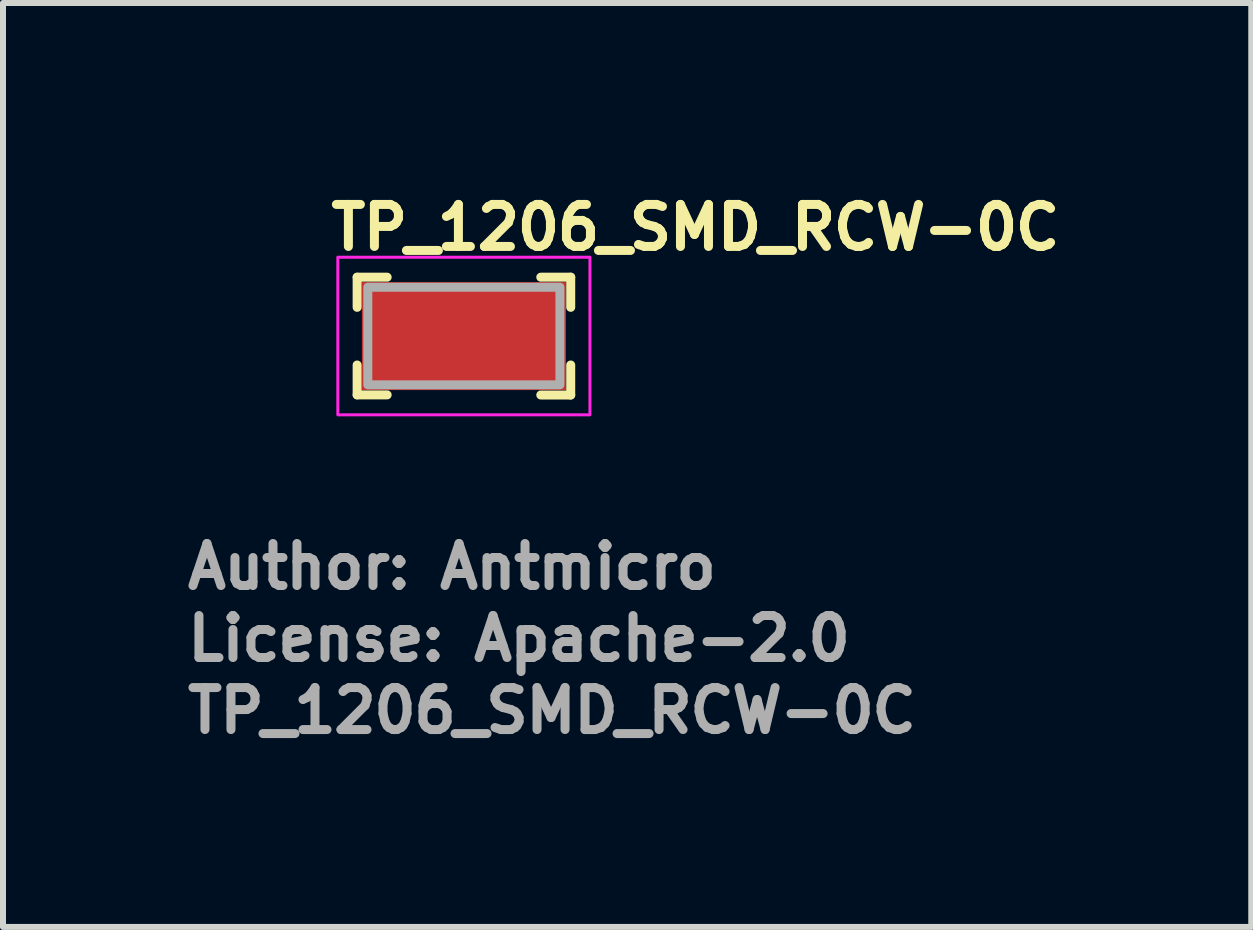
<source format=kicad_pcb>
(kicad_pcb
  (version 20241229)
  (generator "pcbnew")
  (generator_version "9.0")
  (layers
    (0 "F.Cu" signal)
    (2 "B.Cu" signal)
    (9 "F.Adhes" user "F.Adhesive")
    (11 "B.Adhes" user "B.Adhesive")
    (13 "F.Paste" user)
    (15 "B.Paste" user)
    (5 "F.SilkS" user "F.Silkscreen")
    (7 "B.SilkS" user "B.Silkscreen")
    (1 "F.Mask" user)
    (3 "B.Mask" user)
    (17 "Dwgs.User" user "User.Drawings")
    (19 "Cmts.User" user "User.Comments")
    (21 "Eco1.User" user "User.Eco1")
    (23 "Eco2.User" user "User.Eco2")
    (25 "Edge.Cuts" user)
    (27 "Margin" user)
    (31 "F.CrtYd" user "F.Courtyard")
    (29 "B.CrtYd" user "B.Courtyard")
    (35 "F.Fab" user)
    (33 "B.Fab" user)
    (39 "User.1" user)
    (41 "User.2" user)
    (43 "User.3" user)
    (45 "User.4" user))
  (footprint "TP_1206_SMD_RCW-0C"
    (layer "F.Cu")
    (at 4.68 2.55)
    (property "Reference" "TP_1206_SMD_RCW-0C" (at -2.29 -1.4 0) (layer "F.SilkS") (effects (font (size 0.7 0.7) (thickness 0.15)) (justify left bottom)))
    (attr smd)
    (fp_line (start -1.779 -0.981) (end -1.779 -0.479) (stroke (width 0.15) (type solid)) (layer "F.SilkS"))
    (fp_line (start -1.779 -0.981) (end -1.279 -0.981) (stroke (width 0.15) (type solid)) (layer "F.SilkS"))
    (fp_line (start -1.779 0.482) (end -1.779 0.98) (stroke (width 0.15) (type solid)) (layer "F.SilkS"))
    (fp_line (start -1.779 0.98) (end -1.279 0.98) (stroke (width 0.15) (type solid)) (layer "F.SilkS"))
    (fp_line (start 1.78 -0.981) (end 1.281 -0.981) (stroke (width 0.15) (type solid)) (layer "F.SilkS"))
    (fp_line (start 1.78 -0.981) (end 1.78 -0.479) (stroke (width 0.15) (type solid)) (layer "F.SilkS"))
    (fp_line (start 1.78 0.982) (end 1.281 0.982) (stroke (width 0.15) (type solid)) (layer "F.SilkS"))
    (fp_line (start 1.78 0.982) (end 1.78 0.482) (stroke (width 0.15) (type solid)) (layer "F.SilkS"))
    (fp_rect (start -2.101 -1.314) (end 2.1 1.312) (stroke (width 0.05) (type solid)) (fill no) (layer "F.CrtYd"))
    (fp_rect (start -1.601 -0.814) (end 1.6 0.812) (stroke (width 0.15) (type solid)) (fill no) (layer "F.Fab"))
    (fp_rect (start -1.601 -0.814) (end 1.6 0.812) (stroke (width 0.1) (type solid)) (fill no) (layer "User.5"))
    (fp_line (start -1.601 -0.79) (end -1.601 -0.587) (stroke (width 0.02) (type solid)) (layer "User.9"))
    (fp_line (start -1.601 -0.79) (end -1.371 -0.79) (stroke (width 0.02) (type solid)) (layer "User.9"))
    (fp_line (start -1.601 -0.29) (end -1.601 -0.587) (stroke (width 0.02) (type solid)) (layer "User.9"))
    (fp_line (start -1.601 -0.29) (end -1.601 0.508) (stroke (width 0.02) (type solid)) (layer "User.9"))
    (fp_line (start -1.601 0.508) (end -1.301 0.76) (stroke (width 0.02) (type solid)) (layer "User.9"))
    (fp_line (start -1.601 0.61) (end -1.601 0.508) (stroke (width 0.02) (type solid)) (layer "User.9"))
    (fp_line (start -1.601 0.812) (end -1.601 0.61) (stroke (width 0.02) (type solid)) (layer "User.9"))
    (fp_line (start -1.601 0.812) (end -1.371 0.812) (stroke (width 0.02) (type solid)) (layer "User.9"))
    (fp_line (start -1.551 -0.587) (end -1.601 -0.587) (stroke (width 0.02) (type solid)) (layer "User.9"))
    (fp_line (start -1.551 0.61) (end -1.601 0.61) (stroke (width 0.02) (type solid)) (layer "User.9"))
    (fp_line (start -1.48 0.61) (end -1.551 0.61) (stroke (width 0.02) (type solid)) (layer "User.9"))
    (fp_line (start -1.371 -0.79) (end -1.371 -0.587) (stroke (width 0.02) (type solid)) (layer "User.9"))
    (fp_line (start -1.371 0.812) (end -1.371 0.703) (stroke (width 0.02) (type solid)) (layer "User.9"))
    (fp_line (start -1.301 -0.814) (end -1.301 -0.587) (stroke (width 0.02) (type solid)) (layer "User.9"))
    (fp_line (start -1.301 -0.814) (end 1.3 -0.814) (stroke (width 0.02) (type solid)) (layer "User.9"))
    (fp_line (start -1.301 -0.79) (end -1.371 -0.79) (stroke (width 0.02) (type solid)) (layer "User.9"))
    (fp_line (start -1.301 -0.587) (end -1.551 -0.587) (stroke (width 0.02) (type solid)) (layer "User.9"))
    (fp_line (start -1.301 -0.587) (end -1.301 -0.465) (stroke (width 0.02) (type solid)) (layer "User.9"))
    (fp_line (start -1.301 -0.465) (end -1.601 -0.29) (stroke (width 0.02) (type solid)) (layer "User.9"))
    (fp_line (start -1.301 0.76) (end -1.301 0.812) (stroke (width 0.02) (type solid)) (layer "User.9"))
    (fp_line (start -1.301 0.812) (end -1.371 0.812) (stroke (width 0.02) (type solid)) (layer "User.9"))
    (fp_line (start -1.301 0.812) (end -0.803 0.812) (stroke (width 0.02) (type solid)) (layer "User.9"))
    (fp_line (start -0.803 0.76) (end -0.352 0.76) (stroke (width 0.02) (type solid)) (layer "User.9"))
    (fp_line (start -0.803 0.812) (end -0.803 0.76) (stroke (width 0.02) (type solid)) (layer "User.9"))
    (fp_line (start -0.352 0.71) (end 0.349 0.71) (stroke (width 0.02) (type solid)) (layer "User.9"))
    (fp_line (start -0.352 0.76) (end -0.352 0.71) (stroke (width 0.02) (type solid)) (layer "User.9"))
    (fp_line (start 0.349 0.71) (end 0.349 0.76) (stroke (width 0.02) (type solid)) (layer "User.9"))
    (fp_line (start 0.349 0.76) (end 0.8 0.76) (stroke (width 0.02) (type solid)) (layer "User.9"))
    (fp_line (start 0.8 0.76) (end 0.8 0.812) (stroke (width 0.02) (type solid)) (layer "User.9"))
    (fp_line (start 0.8 0.812) (end -0.803 0.812) (stroke (width 0.02) (type solid)) (layer "User.9"))
    (fp_line (start 0.8 0.812) (end 1.3 0.812) (stroke (width 0.02) (type solid)) (layer "User.9"))
    (fp_line (start 1.3 -0.814) (end 1.3 -0.587) (stroke (width 0.02) (type solid)) (layer "User.9"))
    (fp_line (start 1.3 -0.465) (end 1.3 -0.587) (stroke (width 0.02) (type solid)) (layer "User.9"))
    (fp_line (start 1.3 0.76) (end 1.6 0.508) (stroke (width 0.02) (type solid)) (layer "User.9"))
    (fp_line (start 1.3 0.812) (end 1.3 0.76) (stroke (width 0.02) (type solid)) (layer "User.9"))
    (fp_line (start 1.37 -0.79) (end 1.3 -0.79) (stroke (width 0.02) (type solid)) (layer "User.9"))
    (fp_line (start 1.37 -0.79) (end 1.37 -0.587) (stroke (width 0.02) (type solid)) (layer "User.9"))
    (fp_line (start 1.37 -0.79) (end 1.6 -0.79) (stroke (width 0.02) (type solid)) (layer "User.9"))
    (fp_line (start 1.37 0.812) (end 1.3 0.812) (stroke (width 0.02) (type solid)) (layer "User.9"))
    (fp_line (start 1.37 0.812) (end 1.37 0.703) (stroke (width 0.02) (type solid)) (layer "User.9"))
    (fp_line (start 1.37 0.812) (end 1.6 0.812) (stroke (width 0.02) (type solid)) (layer "User.9"))
    (fp_line (start 1.55 -0.587) (end 1.3 -0.587) (stroke (width 0.02) (type solid)) (layer "User.9"))
    (fp_line (start 1.55 0.61) (end 1.477 0.61) (stroke (width 0.02) (type solid)) (layer "User.9"))
    (fp_line (start 1.6 -0.79) (end 1.6 -0.587) (stroke (width 0.02) (type solid)) (layer "User.9"))
    (fp_line (start 1.6 -0.587) (end 1.55 -0.587) (stroke (width 0.02) (type solid)) (layer "User.9"))
    (fp_line (start 1.6 -0.29) (end 1.3 -0.465) (stroke (width 0.02) (type solid)) (layer "User.9"))
    (fp_line (start 1.6 -0.29) (end 1.6 -0.587) (stroke (width 0.02) (type solid)) (layer "User.9"))
    (fp_line (start 1.6 0.508) (end 1.6 -0.29) (stroke (width 0.02) (type solid)) (layer "User.9"))
    (fp_line (start 1.6 0.61) (end 1.55 0.61) (stroke (width 0.02) (type solid)) (layer "User.9"))
    (fp_line (start 1.6 0.61) (end 1.6 0.508) (stroke (width 0.02) (type solid)) (layer "User.9"))
    (fp_line (start 1.6 0.812) (end 1.6 0.61) (stroke (width 0.02) (type solid)) (layer "User.9"))
    (fp_text user "License: Apache-2.0" (at -4.68 5.45 0) (layer "F.Fab") (effects (font (size 0.7 0.7) (thickness 0.15)) (justify left bottom)))
    (fp_text user "${REFERENCE}" (at -4.68 6.65 0) (layer "F.Fab") (effects (font (size 0.7 0.7) (thickness 0.15)) (justify left bottom)))
    (fp_text user "Author: Antmicro" (at -4.68 4.25 0) (layer "F.Fab") (effects (font (size 0.7 0.7) (thickness 0.15)) (justify left bottom)))
    (pad "1" smd rect (at 0 0) (size 3.4 1.8) (layers "F.Cu" "F.Mask" "F.Paste")))
  (gr_rect
    (start -3 -3)
    (end 17.8 12.396)
    (stroke (width 0.1) (type default))
    (fill no)
    (layer "Edge.Cuts")))
</source>
